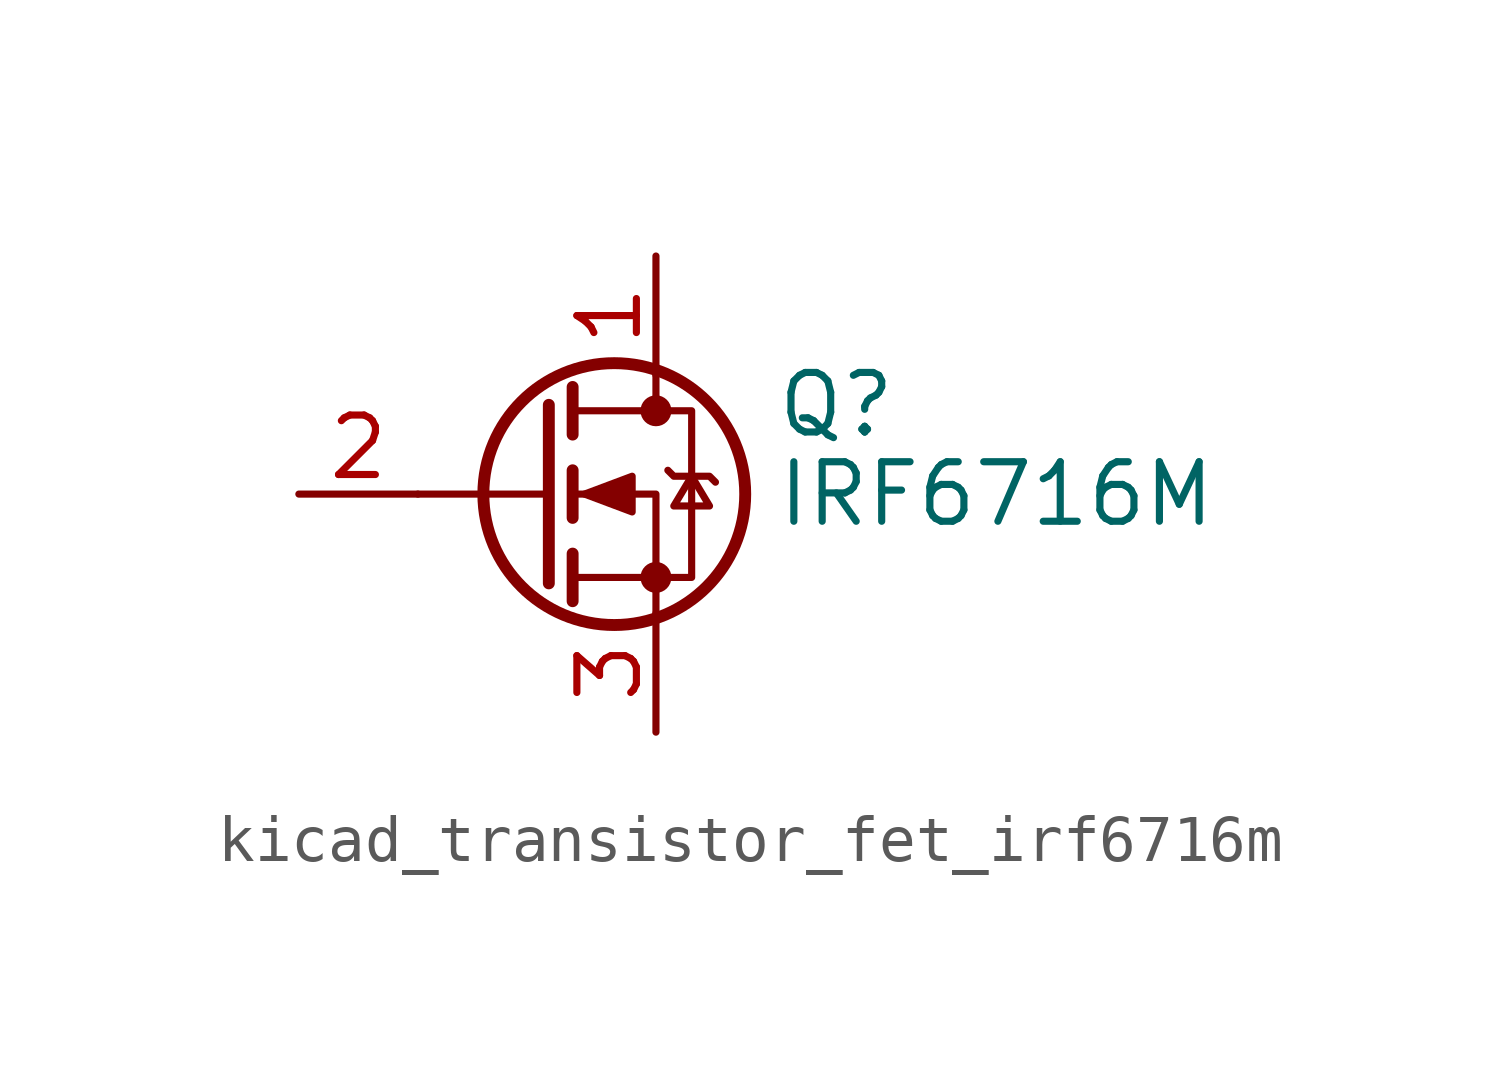
<source format=kicad_sym>
(kicad_symbol_lib
  (version 20220914)
  (generator kicad_symbol_editor)
  (symbol "kicad_transistor_fet_irf6716m"
    (pin_names hide)
    (property "Reference" "Q"
      (at 5.08 1.905 0)
      (effects (font (size 1.27 1.27)) (justify left)))
    (property "Value" "IRF6716M"
      (at 5.08 0 0)
      (effects (font (size 1.27 1.27)) (justify left)))
    (symbol "kicad_transistor_fet_irf6716m_0_1"
      (polyline (pts (xy 0.254 0) (xy -2.54 0)) (stroke (width 0) (type default)) (fill (type none)))
      (polyline (pts (xy 0.254 1.905) (xy 0.254 -1.905)) (stroke (width 0.254) (type default)) (fill (type none)))
      (polyline (pts (xy 0.762 -1.27) (xy 0.762 -2.286)) (stroke (width 0.254) (type default)) (fill (type none)))
      (polyline (pts (xy 0.762 0.508) (xy 0.762 -0.508)) (stroke (width 0.254) (type default)) (fill (type none)))
      (polyline (pts (xy 0.762 2.286) (xy 0.762 1.27)) (stroke (width 0.254) (type default)) (fill (type none)))
      (polyline (pts (xy 2.54 2.54) (xy 2.54 1.778)) (stroke (width 0) (type default)) (fill (type none)))
      (polyline (pts (xy 2.54 -2.54) (xy 2.54 0) (xy 0.762 0)) (stroke (width 0) (type default)) (fill (type none)))
      (polyline (pts (xy 0.762 -1.778) (xy 3.302 -1.778) (xy 3.302 1.778) (xy 0.762 1.778)) (stroke (width 0) (type default)) (fill (type none)))
      (polyline (pts (xy 1.016 0) (xy 2.032 0.381) (xy 2.032 -0.381) (xy 1.016 0)) (stroke (width 0) (type default)) (fill (type outline)))
      (polyline (pts (xy 2.794 0.508) (xy 2.921 0.381) (xy 3.683 0.381) (xy 3.81 0.254)) (stroke (width 0) (type default)) (fill (type none)))
      (polyline (pts (xy 3.302 0.381) (xy 2.921 -0.254) (xy 3.683 -0.254) (xy 3.302 0.381)) (stroke (width 0) (type default)) (fill (type none)))
      (circle (center 1.651 0) (radius 2.794) (stroke (width 0.254) (type default)) (fill (type none)))
      (circle (center 2.54 -1.778) (radius 0.254) (stroke (width 0) (type default)) (fill (type outline)))
      (circle (center 2.54 1.778) (radius 0.254) (stroke (width 0) (type default)) (fill (type outline))))
    (symbol "kicad_transistor_fet_irf6716m_1_1"
      (pin passive line (at 2.54 5.08 270) (length 2.54) (name "D" (effects (font (size 1.27 1.27)))) (number "1" (effects (font (size 1.27 1.27)))))
      (pin input line (at -5.08 0 0) (length 2.54) (name "G" (effects (font (size 1.27 1.27)))) (number "2" (effects (font (size 1.27 1.27)))))
      (pin passive line (at 2.54 -5.08 90) (length 2.54) (name "S" (effects (font (size 1.27 1.27)))) (number "3" (effects (font (size 1.27 1.27))))))))
</source>
